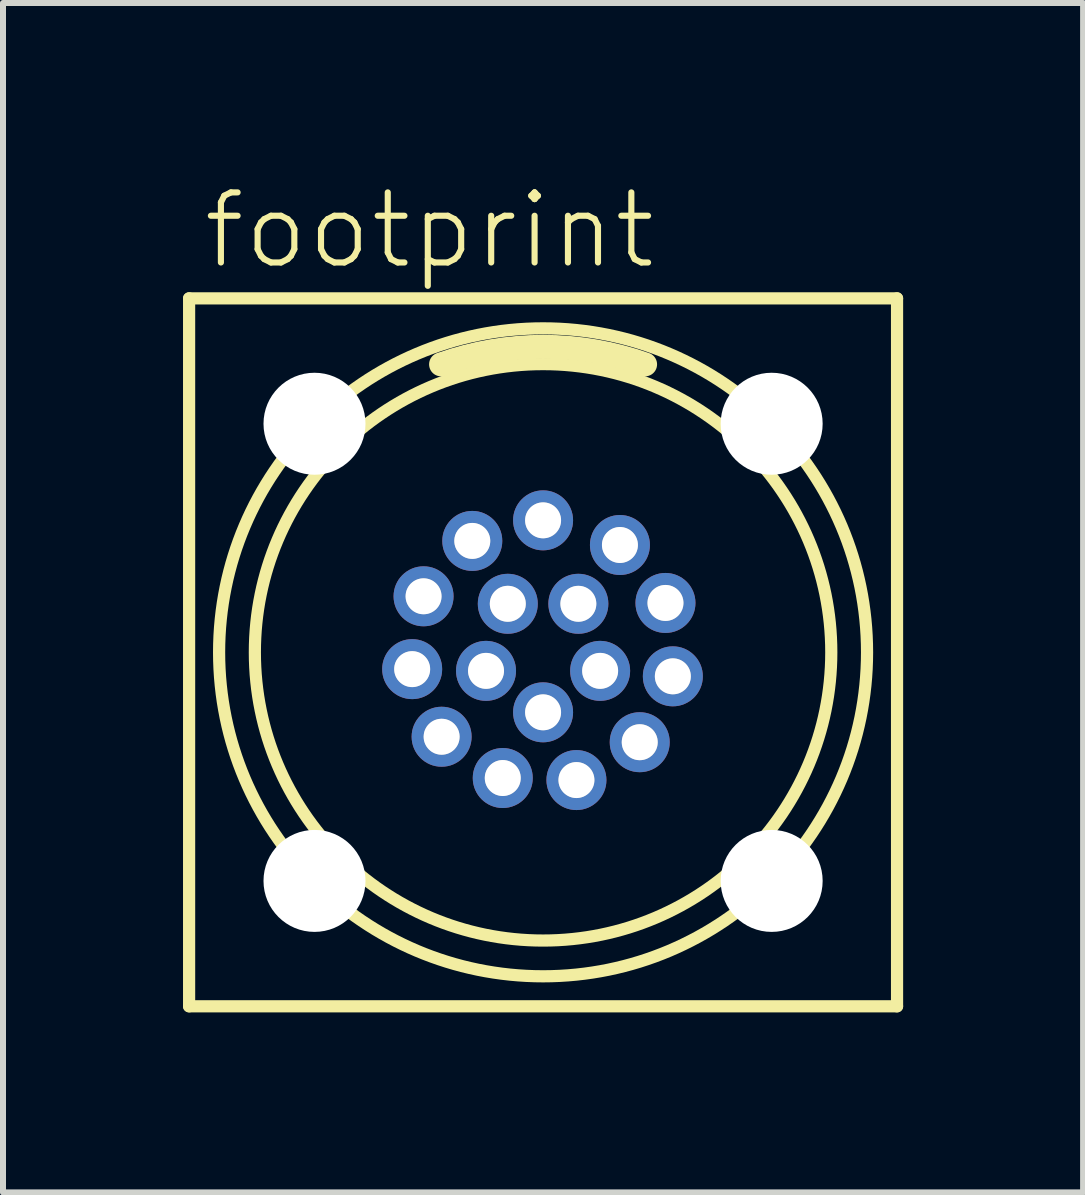
<source format=kicad_pcb>
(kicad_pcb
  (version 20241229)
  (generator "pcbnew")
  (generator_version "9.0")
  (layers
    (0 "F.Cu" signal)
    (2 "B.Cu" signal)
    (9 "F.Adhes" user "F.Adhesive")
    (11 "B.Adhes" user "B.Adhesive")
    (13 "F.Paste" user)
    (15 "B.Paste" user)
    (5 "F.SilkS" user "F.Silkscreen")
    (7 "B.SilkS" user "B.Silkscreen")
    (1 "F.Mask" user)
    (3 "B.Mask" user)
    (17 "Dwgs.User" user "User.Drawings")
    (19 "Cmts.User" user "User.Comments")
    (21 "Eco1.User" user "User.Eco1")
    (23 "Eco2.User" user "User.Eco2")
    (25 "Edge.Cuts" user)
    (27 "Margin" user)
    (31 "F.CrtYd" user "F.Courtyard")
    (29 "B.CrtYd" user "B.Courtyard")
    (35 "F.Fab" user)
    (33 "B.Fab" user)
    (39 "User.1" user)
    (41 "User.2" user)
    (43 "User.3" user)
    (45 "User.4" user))
  (footprint "footprint"
    (layer "F.Cu")
    (at 6.002 7.823)
    (property "Reference" "footprint" (at -5.715 -6.35 0) (layer "F.SilkS") (effects (font (size 1.168 1.168) (thickness 0.102)) (justify left bottom)))
    (fp_line (start -5.9 -5.9) (end 5.9 -5.9) (stroke (width 0.203) (type solid)) (layer "F.SilkS"))
    (fp_line (start -5.9 5.9) (end -5.9 -5.9) (stroke (width 0.203) (type solid)) (layer "F.SilkS"))
    (fp_line (start 5.9 -5.9) (end 5.9 5.9) (stroke (width 0.203) (type solid)) (layer "F.SilkS"))
    (fp_line (start 5.9 5.9) (end -5.9 5.9) (stroke (width 0.203) (type solid)) (layer "F.SilkS"))
    (fp_arc (start -1.7 -4.8) (mid 0 -5.092151) (end 1.7 -4.8) (stroke (width 0.4) (type solid)) (layer "F.SilkS"))
    (fp_circle (center 0 0) (end 4.804 0) (stroke (width 0.203) (type solid)) (fill no) (layer "F.SilkS"))
    (fp_circle (center 0 0) (end 5.4 0) (stroke (width 0.203) (type solid)) (fill no) (layer "F.SilkS"))
    (fp_circle (center -2.182 0.28) (end -1.984 0.28) (stroke (width 0.203) (type solid)) (fill no) (layer "F.Fab"))
    (fp_circle (center -1.992 -0.934) (end -1.794 -0.934) (stroke (width 0.203) (type solid)) (fill no) (layer "F.Fab"))
    (fp_circle (center -1.691 1.407) (end -1.493 1.407) (stroke (width 0.203) (type solid)) (fill no) (layer "F.Fab"))
    (fp_circle (center -1.18 -1.857) (end -0.982 -1.857) (stroke (width 0.203) (type solid)) (fill no) (layer "F.Fab"))
    (fp_circle (center -0.951 0.309) (end -0.753 0.309) (stroke (width 0.203) (type solid)) (fill no) (layer "F.Fab"))
    (fp_circle (center -0.672 2.095) (end -0.474 2.095) (stroke (width 0.203) (type solid)) (fill no) (layer "F.Fab"))
    (fp_circle (center -0.588 -0.809) (end -0.389 -0.809) (stroke (width 0.203) (type solid)) (fill no) (layer "F.Fab"))
    (fp_circle (center 0 -2.2) (end 0.198 -2.2) (stroke (width 0.203) (type solid)) (fill no) (layer "F.Fab"))
    (fp_circle (center 0 1) (end 0.198 1) (stroke (width 0.203) (type solid)) (fill no) (layer "F.Fab"))
    (fp_circle (center 0.556 2.129) (end 0.754 2.129) (stroke (width 0.203) (type solid)) (fill no) (layer "F.Fab"))
    (fp_circle (center 0.588 -0.809) (end 0.786 -0.809) (stroke (width 0.203) (type solid)) (fill no) (layer "F.Fab"))
    (fp_circle (center 0.951 0.309) (end 1.149 0.309) (stroke (width 0.203) (type solid)) (fill no) (layer "F.Fab"))
    (fp_circle (center 1.281 -1.789) (end 1.479 -1.789) (stroke (width 0.203) (type solid)) (fill no) (layer "F.Fab"))
    (fp_circle (center 1.611 1.498) (end 1.81 1.498) (stroke (width 0.203) (type solid)) (fill no) (layer "F.Fab"))
    (fp_circle (center 2.04 -0.823) (end 2.239 -0.823) (stroke (width 0.203) (type solid)) (fill no) (layer "F.Fab"))
    (fp_circle (center 2.163 0.4) (end 2.362 0.4) (stroke (width 0.203) (type solid)) (fill no) (layer "F.Fab"))
    (pad "" np_thru_hole circle (at -3.81 -3.81) (size 1.7 1.7) (drill 1.7) (layers "*.Cu" "*.Mask"))
    (pad "" np_thru_hole circle (at -3.81 3.81) (size 1.7 1.7) (drill 1.7) (layers "*.Cu" "*.Mask"))
    (pad "" np_thru_hole circle (at 3.81 -3.81) (size 1.7 1.7) (drill 1.7) (layers "*.Cu" "*.Mask"))
    (pad "" np_thru_hole circle (at 3.81 3.81) (size 1.7 1.7) (drill 1.7) (layers "*.Cu" "*.Mask"))
    (pad "1" thru_hole circle (at 0 -2.2 90) (size 1 1) (drill 0.6) (layers "*.Cu" "*.Mask"))
    (pad "2" thru_hole circle (at -1.18 -1.857 122.4) (size 1 1) (drill 0.6) (layers "*.Cu" "*.Mask"))
    (pad "3" thru_hole circle (at -1.992 -0.934 154.9) (size 1 1) (drill 0.6) (layers "*.Cu" "*.Mask"))
    (pad "4" thru_hole circle (at -2.182 0.28 187.3) (size 1 1) (drill 0.6) (layers "*.Cu" "*.Mask"))
    (pad "5" thru_hole circle (at -1.691 1.407 219.8) (size 1 1) (drill 0.6) (layers "*.Cu" "*.Mask"))
    (pad "6" thru_hole circle (at -0.672 2.095 252.2) (size 1 1) (drill 0.6) (layers "*.Cu" "*.Mask"))
    (pad "7" thru_hole circle (at 0.556 2.129 284.6) (size 1 1) (drill 0.6) (layers "*.Cu" "*.Mask"))
    (pad "8" thru_hole circle (at 1.611 1.498 317.1) (size 1 1) (drill 0.6) (layers "*.Cu" "*.Mask"))
    (pad "9" thru_hole circle (at 2.163 0.4 349.5) (size 1 1) (drill 0.6) (layers "*.Cu" "*.Mask"))
    (pad "10" thru_hole circle (at 2.04 -0.823 22) (size 1 1) (drill 0.6) (layers "*.Cu" "*.Mask"))
    (pad "11" thru_hole circle (at 1.281 -1.789 54.4) (size 1 1) (drill 0.6) (layers "*.Cu" "*.Mask"))
    (pad "12" thru_hole circle (at -0.588 -0.809 126) (size 1 1) (drill 0.6) (layers "*.Cu" "*.Mask"))
    (pad "13" thru_hole circle (at -0.951 0.309 198) (size 1 1) (drill 0.6) (layers "*.Cu" "*.Mask"))
    (pad "14" thru_hole circle (at 0 1 270) (size 1 1) (drill 0.6) (layers "*.Cu" "*.Mask"))
    (pad "15" thru_hole circle (at 0.951 0.309 342) (size 1 1) (drill 0.6) (layers "*.Cu" "*.Mask"))
    (pad "16" thru_hole circle (at 0.588 -0.809 54) (size 1 1) (drill 0.6) (layers "*.Cu" "*.Mask")))
  (gr_rect
    (start -3 -3)
    (end 15.003 16.825)
    (stroke (width 0.1) (type default))
    (fill no)
    (layer "Edge.Cuts")))
</source>
